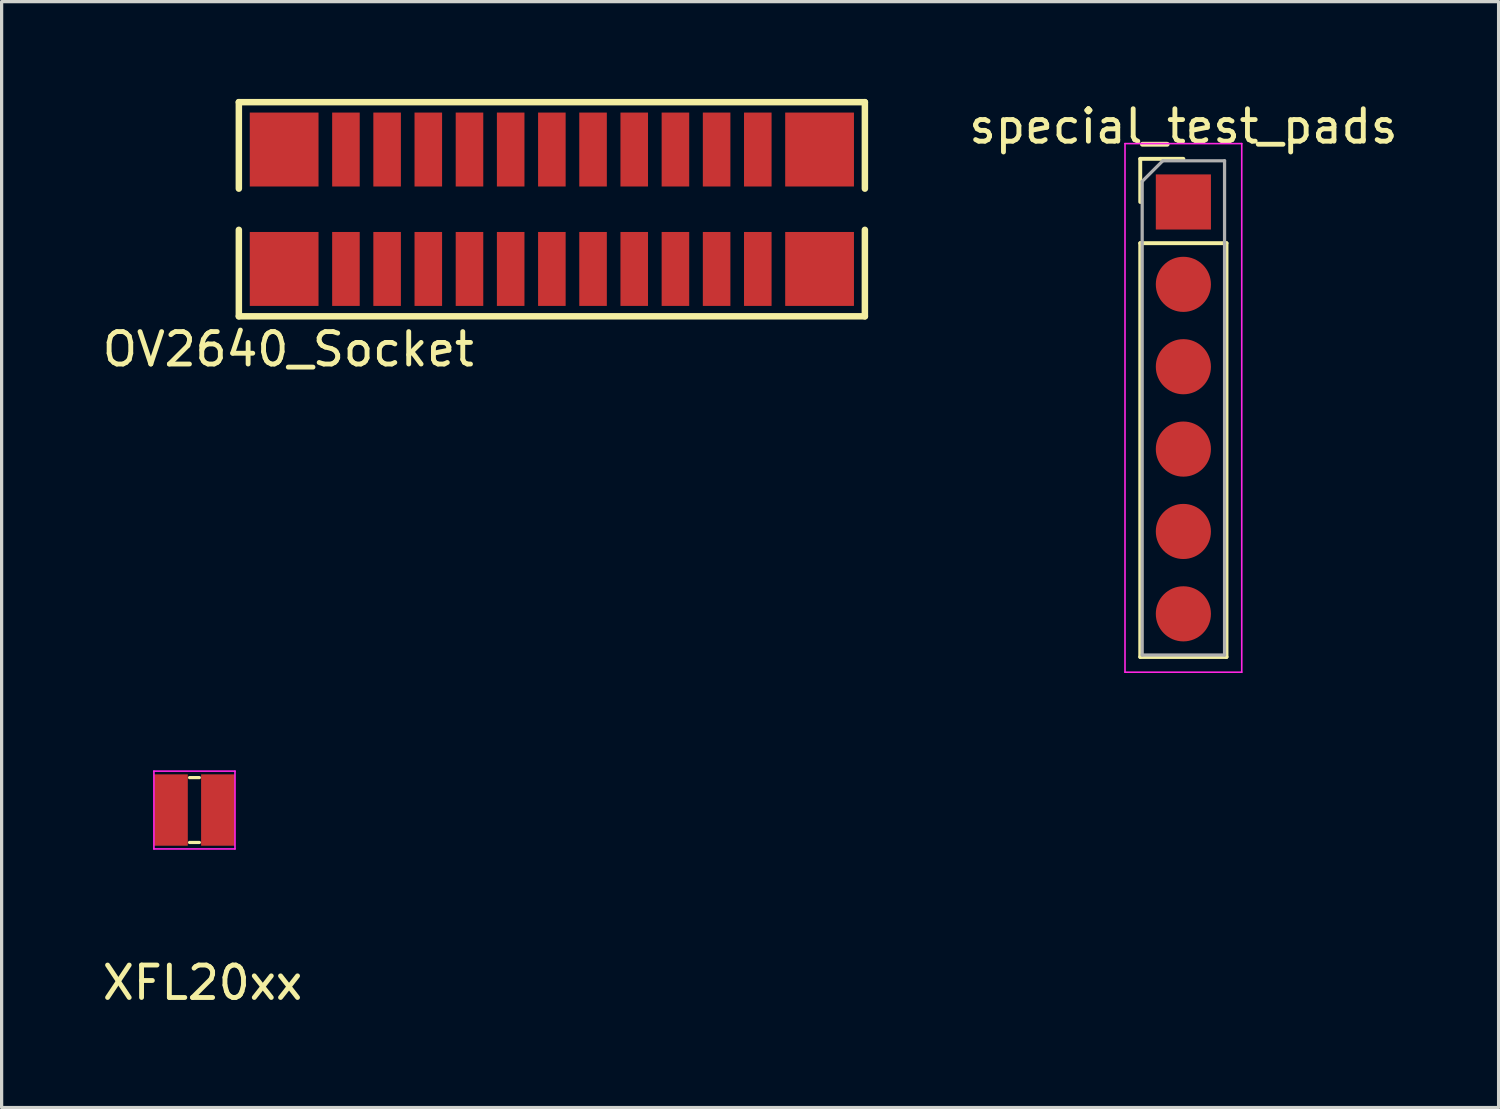
<source format=kicad_pcb>
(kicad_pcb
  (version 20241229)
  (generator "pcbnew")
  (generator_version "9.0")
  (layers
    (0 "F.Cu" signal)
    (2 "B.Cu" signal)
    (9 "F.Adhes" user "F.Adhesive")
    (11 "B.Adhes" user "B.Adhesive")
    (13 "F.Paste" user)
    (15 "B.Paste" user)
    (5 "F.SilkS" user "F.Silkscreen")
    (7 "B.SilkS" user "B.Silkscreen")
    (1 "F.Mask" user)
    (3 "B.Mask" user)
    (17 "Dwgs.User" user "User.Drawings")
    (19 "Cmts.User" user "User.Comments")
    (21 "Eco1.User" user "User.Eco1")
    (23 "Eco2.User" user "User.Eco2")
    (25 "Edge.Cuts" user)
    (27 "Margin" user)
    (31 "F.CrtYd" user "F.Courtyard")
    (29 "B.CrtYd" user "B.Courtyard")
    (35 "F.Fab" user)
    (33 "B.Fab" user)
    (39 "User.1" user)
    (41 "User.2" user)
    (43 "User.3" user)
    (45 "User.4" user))
  (footprint "OV2640_Socket"
    (layer "F.Cu")
    (at 13.967 3.402)
    (property "Reference" "OV2640_Socket" (at -8.128 4.318 0) (layer "F.SilkS") (effects (font (size 1 1) (thickness 0.15))))
    (attr through_hole)
    (fp_line (start -9.652 -3.302) (end -9.652 -0.635) (stroke (width 0.2) (type solid)) (layer "F.SilkS"))
    (fp_line (start -9.652 3.302) (end -9.652 0.635) (stroke (width 0.2) (type solid)) (layer "F.SilkS"))
    (fp_line (start -9.652 3.302) (end 9.652 3.302) (stroke (width 0.2) (type solid)) (layer "F.SilkS"))
    (fp_line (start 9.652 -3.302) (end -9.652 -3.302) (stroke (width 0.2) (type solid)) (layer "F.SilkS"))
    (fp_line (start 9.652 -3.302) (end 9.652 -0.635) (stroke (width 0.2) (type solid)) (layer "F.SilkS"))
    (fp_line (start 9.652 3.302) (end 9.652 0.635) (stroke (width 0.2) (type solid)) (layer "F.SilkS"))
    (pad "1" smd rect (at -8.255 -1.841) (size 2.12 2.28) (layers "F.Cu" "F.Mask" "F.Paste"))
    (pad "2" smd rect (at -8.255 1.841) (size 2.12 2.28) (layers "F.Cu" "F.Mask" "F.Paste"))
    (pad "3" smd rect (at -6.35 -1.841) (size 0.85 2.28) (layers "F.Cu" "F.Mask" "F.Paste"))
    (pad "4" smd rect (at -6.35 1.841) (size 0.85 2.28) (layers "F.Cu" "F.Mask" "F.Paste"))
    (pad "5" smd rect (at -5.08 -1.841) (size 0.85 2.28) (layers "F.Cu" "F.Mask" "F.Paste"))
    (pad "6" smd rect (at -5.08 1.841) (size 0.85 2.28) (layers "F.Cu" "F.Mask" "F.Paste"))
    (pad "7" smd rect (at -3.81 -1.841) (size 0.85 2.28) (layers "F.Cu" "F.Mask" "F.Paste"))
    (pad "8" smd rect (at -3.81 1.841) (size 0.85 2.28) (layers "F.Cu" "F.Mask" "F.Paste"))
    (pad "9" smd rect (at -2.54 -1.841) (size 0.85 2.28) (layers "F.Cu" "F.Mask" "F.Paste"))
    (pad "10" smd rect (at -2.54 1.841) (size 0.85 2.28) (layers "F.Cu" "F.Mask" "F.Paste"))
    (pad "11" smd rect (at -1.27 -1.841) (size 0.85 2.28) (layers "F.Cu" "F.Mask" "F.Paste"))
    (pad "12" smd rect (at -1.27 1.841) (size 0.85 2.28) (layers "F.Cu" "F.Mask" "F.Paste"))
    (pad "13" smd rect (at 0 -1.841) (size 0.85 2.28) (layers "F.Cu" "F.Mask" "F.Paste"))
    (pad "14" smd rect (at 0 1.841) (size 0.85 2.28) (layers "F.Cu" "F.Mask" "F.Paste"))
    (pad "15" smd rect (at 1.27 -1.841) (size 0.85 2.28) (layers "F.Cu" "F.Mask" "F.Paste"))
    (pad "16" smd rect (at 1.27 1.841) (size 0.85 2.28) (layers "F.Cu" "F.Mask" "F.Paste"))
    (pad "17" smd rect (at 2.54 -1.841) (size 0.85 2.28) (layers "F.Cu" "F.Mask" "F.Paste"))
    (pad "18" smd rect (at 2.54 1.841) (size 0.85 2.28) (layers "F.Cu" "F.Mask" "F.Paste"))
    (pad "19" smd rect (at 3.81 -1.841) (size 0.85 2.28) (layers "F.Cu" "F.Mask" "F.Paste"))
    (pad "20" smd rect (at 3.81 1.841) (size 0.85 2.28) (layers "F.Cu" "F.Mask" "F.Paste"))
    (pad "21" smd rect (at 5.08 -1.841) (size 0.85 2.28) (layers "F.Cu" "F.Mask" "F.Paste"))
    (pad "22" smd rect (at 5.08 1.841) (size 0.85 2.28) (layers "F.Cu" "F.Mask" "F.Paste"))
    (pad "23" smd rect (at 6.35 -1.841) (size 0.85 2.28) (layers "F.Cu" "F.Mask" "F.Paste"))
    (pad "24" smd rect (at 6.35 1.841) (size 0.85 2.28) (layers "F.Cu" "F.Mask" "F.Paste"))
    (pad "25" smd rect (at 8.255 -1.841) (size 2.12 2.28) (layers "F.Cu" "F.Mask" "F.Paste"))
    (pad "26" smd rect (at 8.255 1.841) (size 2.12 2.28) (layers "F.Cu" "F.Mask" "F.Paste")))
  (footprint "XFL20xx"
    (layer "F.Cu")
    (at 2.946 21.928)
    (property "Reference" "XFL20xx" (at 0.25 5.325 0) (layer "F.SilkS") (effects (font (size 1 1) (thickness 0.15))))
    (attr through_hole)
    (fp_line (start -0.15 -1) (end 0.15 -1) (stroke (width 0.1) (type solid)) (layer "F.SilkS"))
    (fp_line (start -0.15 1) (end 0.15 1) (stroke (width 0.1) (type solid)) (layer "F.SilkS"))
    (fp_line (start -1.25 -1.2) (end -1.25 1.2) (stroke (width 0.05) (type solid)) (layer "F.CrtYd"))
    (fp_line (start -1.25 1.2) (end 1.25 1.2) (stroke (width 0.05) (type solid)) (layer "F.CrtYd"))
    (fp_line (start 1.25 -1.2) (end -1.25 -1.2) (stroke (width 0.05) (type solid)) (layer "F.CrtYd"))
    (fp_line (start 1.25 1.2) (end 1.25 -1.2) (stroke (width 0.05) (type solid)) (layer "F.CrtYd"))
    (pad "1" smd rect (at -0.725 0) (size 1.04 2.2) (layers "F.Cu" "F.Mask" "F.Paste"))
    (pad "2" smd rect (at 0.725 0) (size 1.04 2.2) (layers "F.Cu" "F.Mask" "F.Paste")))
  (footprint "special_test_pads"
    (layer "F.Cu")
    (at 33.44 3.178)
    (property "Reference" "special_test_pads" (at 0 -2.33 0) (layer "F.SilkS") (effects (font (size 1 1) (thickness 0.15))))
    (attr through_hole)
    (fp_line (start -1.33 -1.33) (end 0 -1.33) (stroke (width 0.12) (type solid)) (layer "F.SilkS"))
    (fp_line (start -1.33 0) (end -1.33 -1.33) (stroke (width 0.12) (type solid)) (layer "F.SilkS"))
    (fp_line (start -1.33 1.27) (end -1.33 14.03) (stroke (width 0.12) (type solid)) (layer "F.SilkS"))
    (fp_line (start -1.33 1.27) (end 1.33 1.27) (stroke (width 0.12) (type solid)) (layer "F.SilkS"))
    (fp_line (start -1.33 14.03) (end 1.33 14.03) (stroke (width 0.12) (type solid)) (layer "F.SilkS"))
    (fp_line (start 1.33 1.27) (end 1.33 14.03) (stroke (width 0.12) (type solid)) (layer "F.SilkS"))
    (fp_line (start -1.8 -1.8) (end -1.8 14.5) (stroke (width 0.05) (type solid)) (layer "F.CrtYd"))
    (fp_line (start -1.8 14.5) (end 1.8 14.5) (stroke (width 0.05) (type solid)) (layer "F.CrtYd"))
    (fp_line (start 1.8 -1.8) (end -1.8 -1.8) (stroke (width 0.05) (type solid)) (layer "F.CrtYd"))
    (fp_line (start 1.8 14.5) (end 1.8 -1.8) (stroke (width 0.05) (type solid)) (layer "F.CrtYd"))
    (fp_line (start -1.27 -0.635) (end -0.635 -1.27) (stroke (width 0.1) (type solid)) (layer "F.Fab"))
    (fp_line (start -1.27 13.97) (end -1.27 -0.635) (stroke (width 0.1) (type solid)) (layer "F.Fab"))
    (fp_line (start -0.635 -1.27) (end 1.27 -1.27) (stroke (width 0.1) (type solid)) (layer "F.Fab"))
    (fp_line (start 1.27 -1.27) (end 1.27 13.97) (stroke (width 0.1) (type solid)) (layer "F.Fab"))
    (fp_line (start 1.27 13.97) (end -1.27 13.97) (stroke (width 0.1) (type solid)) (layer "F.Fab"))
    (pad "1" smd rect (at 0 0) (size 1.7 1.7) (layers "F.Cu" "F.Mask"))
    (pad "2" smd oval (at 0 2.54) (size 1.7 1.7) (layers "F.Cu" "F.Mask"))
    (pad "3" smd oval (at 0 5.08) (size 1.7 1.7) (layers "F.Cu" "F.Mask"))
    (pad "4" smd oval (at 0 7.62) (size 1.7 1.7) (layers "F.Cu" "F.Mask"))
    (pad "5" smd oval (at 0 10.16) (size 1.7 1.7) (layers "F.Cu" "F.Mask"))
    (pad "6" smd oval (at 0 12.7) (size 1.7 1.7) (layers "F.Cu" "F.Mask")))
  (gr_rect
    (start -3 -3)
    (end 43.16 31.102)
    (stroke (width 0.1) (type default))
    (fill no)
    (layer "Edge.Cuts")))
</source>
